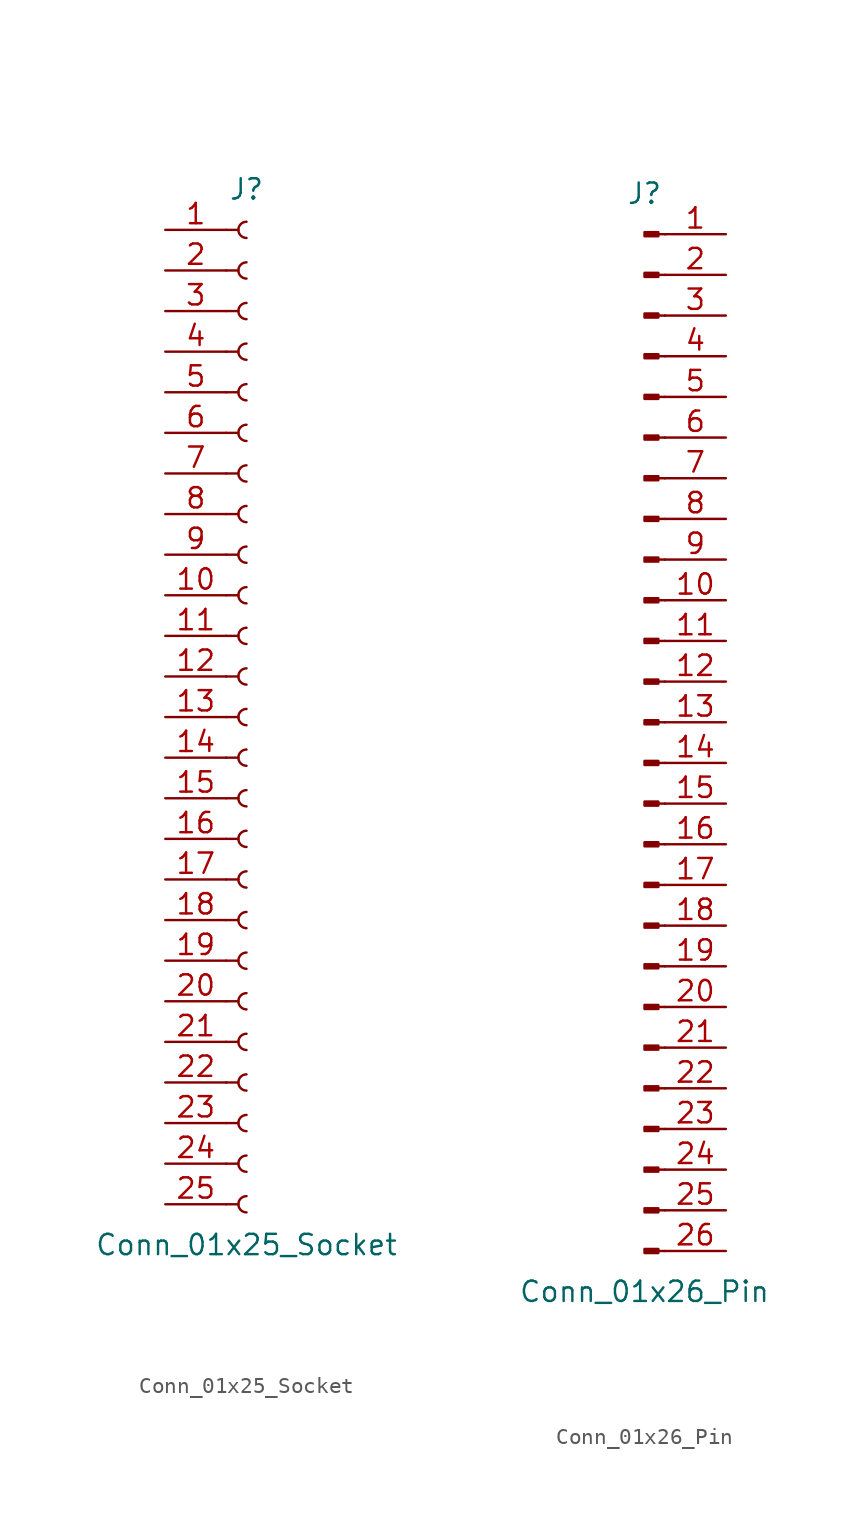
<source format=kicad_sym>
(kicad_symbol_lib
  (version 20241209)
  (generator "kicad_symbol_editor")
  (generator_version "9.0")
  (symbol "Conn_01x25_Socket"
    (pin_names
      (offset 1.016)
      (hide yes))
    (property "Reference" "J"
      (at 0 33.02 0)
      (effects (font (size 1.27 1.27))))
    (property "Value" "Conn_01x25_Socket"
      (at 0 -33.02 0)
      (effects (font (size 1.27 1.27))))
    (property "ki_locked" ""
      (at 0 0 0)
      (effects (font (size 1.27 1.27))))
    (symbol "Conn_01x25_Socket_1_1"
      (polyline (pts (xy -1.27 30.48) (xy -0.508 30.48)) (stroke (width 0.152) (type default)) (fill (type none)))
      (polyline (pts (xy -1.27 27.94) (xy -0.508 27.94)) (stroke (width 0.152) (type default)) (fill (type none)))
      (polyline (pts (xy -1.27 25.4) (xy -0.508 25.4)) (stroke (width 0.152) (type default)) (fill (type none)))
      (polyline (pts (xy -1.27 22.86) (xy -0.508 22.86)) (stroke (width 0.152) (type default)) (fill (type none)))
      (polyline (pts (xy -1.27 20.32) (xy -0.508 20.32)) (stroke (width 0.152) (type default)) (fill (type none)))
      (polyline (pts (xy -1.27 17.78) (xy -0.508 17.78)) (stroke (width 0.152) (type default)) (fill (type none)))
      (polyline (pts (xy -1.27 15.24) (xy -0.508 15.24)) (stroke (width 0.152) (type default)) (fill (type none)))
      (polyline (pts (xy -1.27 12.7) (xy -0.508 12.7)) (stroke (width 0.152) (type default)) (fill (type none)))
      (polyline (pts (xy -1.27 10.16) (xy -0.508 10.16)) (stroke (width 0.152) (type default)) (fill (type none)))
      (polyline (pts (xy -1.27 7.62) (xy -0.508 7.62)) (stroke (width 0.152) (type default)) (fill (type none)))
      (polyline (pts (xy -1.27 5.08) (xy -0.508 5.08)) (stroke (width 0.152) (type default)) (fill (type none)))
      (polyline (pts (xy -1.27 2.54) (xy -0.508 2.54)) (stroke (width 0.152) (type default)) (fill (type none)))
      (polyline (pts (xy -1.27 0) (xy -0.508 0)) (stroke (width 0.152) (type default)) (fill (type none)))
      (polyline (pts (xy -1.27 -2.54) (xy -0.508 -2.54)) (stroke (width 0.152) (type default)) (fill (type none)))
      (polyline (pts (xy -1.27 -5.08) (xy -0.508 -5.08)) (stroke (width 0.152) (type default)) (fill (type none)))
      (polyline (pts (xy -1.27 -7.62) (xy -0.508 -7.62)) (stroke (width 0.152) (type default)) (fill (type none)))
      (polyline (pts (xy -1.27 -10.16) (xy -0.508 -10.16)) (stroke (width 0.152) (type default)) (fill (type none)))
      (polyline (pts (xy -1.27 -12.7) (xy -0.508 -12.7)) (stroke (width 0.152) (type default)) (fill (type none)))
      (polyline (pts (xy -1.27 -15.24) (xy -0.508 -15.24)) (stroke (width 0.152) (type default)) (fill (type none)))
      (polyline (pts (xy -1.27 -17.78) (xy -0.508 -17.78)) (stroke (width 0.152) (type default)) (fill (type none)))
      (polyline (pts (xy -1.27 -20.32) (xy -0.508 -20.32)) (stroke (width 0.152) (type default)) (fill (type none)))
      (polyline (pts (xy -1.27 -22.86) (xy -0.508 -22.86)) (stroke (width 0.152) (type default)) (fill (type none)))
      (polyline (pts (xy -1.27 -25.4) (xy -0.508 -25.4)) (stroke (width 0.152) (type default)) (fill (type none)))
      (polyline (pts (xy -1.27 -27.94) (xy -0.508 -27.94)) (stroke (width 0.152) (type default)) (fill (type none)))
      (polyline (pts (xy -1.27 -30.48) (xy -0.508 -30.48)) (stroke (width 0.152) (type default)) (fill (type none)))
      (arc (start 0 29.972) (mid -0.5058 30.48) (end 0 30.988) (stroke (width 0.1524) (type default)) (fill (type none)))
      (arc (start 0 27.432) (mid -0.5058 27.94) (end 0 28.448) (stroke (width 0.1524) (type default)) (fill (type none)))
      (arc (start 0 24.892) (mid -0.5058 25.4) (end 0 25.908) (stroke (width 0.1524) (type default)) (fill (type none)))
      (arc (start 0 22.352) (mid -0.5058 22.86) (end 0 23.368) (stroke (width 0.1524) (type default)) (fill (type none)))
      (arc (start 0 19.812) (mid -0.5058 20.32) (end 0 20.828) (stroke (width 0.1524) (type default)) (fill (type none)))
      (arc (start 0 17.272) (mid -0.5058 17.78) (end 0 18.288) (stroke (width 0.1524) (type default)) (fill (type none)))
      (arc (start 0 14.732) (mid -0.5058 15.24) (end 0 15.748) (stroke (width 0.1524) (type default)) (fill (type none)))
      (arc (start 0 12.192) (mid -0.5058 12.7) (end 0 13.208) (stroke (width 0.1524) (type default)) (fill (type none)))
      (arc (start 0 9.652) (mid -0.5058 10.16) (end 0 10.668) (stroke (width 0.1524) (type default)) (fill (type none)))
      (arc (start 0 7.112) (mid -0.5058 7.62) (end 0 8.128) (stroke (width 0.1524) (type default)) (fill (type none)))
      (arc (start 0 4.572) (mid -0.5058 5.08) (end 0 5.588) (stroke (width 0.1524) (type default)) (fill (type none)))
      (arc (start 0 2.032) (mid -0.5058 2.54) (end 0 3.048) (stroke (width 0.1524) (type default)) (fill (type none)))
      (arc (start 0 -0.508) (mid -0.5058 0) (end 0 0.508) (stroke (width 0.1524) (type default)) (fill (type none)))
      (arc (start 0 -3.048) (mid -0.5058 -2.54) (end 0 -2.032) (stroke (width 0.1524) (type default)) (fill (type none)))
      (arc (start 0 -5.588) (mid -0.5058 -5.08) (end 0 -4.572) (stroke (width 0.1524) (type default)) (fill (type none)))
      (arc (start 0 -8.128) (mid -0.5058 -7.62) (end 0 -7.112) (stroke (width 0.1524) (type default)) (fill (type none)))
      (arc (start 0 -10.668) (mid -0.5058 -10.16) (end 0 -9.652) (stroke (width 0.1524) (type default)) (fill (type none)))
      (arc (start 0 -13.208) (mid -0.5058 -12.7) (end 0 -12.192) (stroke (width 0.1524) (type default)) (fill (type none)))
      (arc (start 0 -15.748) (mid -0.5058 -15.24) (end 0 -14.732) (stroke (width 0.1524) (type default)) (fill (type none)))
      (arc (start 0 -18.288) (mid -0.5058 -17.78) (end 0 -17.272) (stroke (width 0.1524) (type default)) (fill (type none)))
      (arc (start 0 -20.828) (mid -0.5058 -20.32) (end 0 -19.812) (stroke (width 0.1524) (type default)) (fill (type none)))
      (arc (start 0 -23.368) (mid -0.5058 -22.86) (end 0 -22.352) (stroke (width 0.1524) (type default)) (fill (type none)))
      (arc (start 0 -25.908) (mid -0.5058 -25.4) (end 0 -24.892) (stroke (width 0.1524) (type default)) (fill (type none)))
      (arc (start 0 -28.448) (mid -0.5058 -27.94) (end 0 -27.432) (stroke (width 0.1524) (type default)) (fill (type none)))
      (arc (start 0 -30.988) (mid -0.5058 -30.48) (end 0 -29.972) (stroke (width 0.1524) (type default)) (fill (type none)))
      (pin passive line (at -5.08 30.48 0) (length 3.81) (name "Pin_1" (effects (font (size 1.27 1.27)))) (number "1" (effects (font (size 1.27 1.27)))))
      (pin passive line (at -5.08 27.94 0) (length 3.81) (name "Pin_2" (effects (font (size 1.27 1.27)))) (number "2" (effects (font (size 1.27 1.27)))))
      (pin passive line (at -5.08 25.4 0) (length 3.81) (name "Pin_3" (effects (font (size 1.27 1.27)))) (number "3" (effects (font (size 1.27 1.27)))))
      (pin passive line (at -5.08 22.86 0) (length 3.81) (name "Pin_4" (effects (font (size 1.27 1.27)))) (number "4" (effects (font (size 1.27 1.27)))))
      (pin passive line (at -5.08 20.32 0) (length 3.81) (name "Pin_5" (effects (font (size 1.27 1.27)))) (number "5" (effects (font (size 1.27 1.27)))))
      (pin passive line (at -5.08 17.78 0) (length 3.81) (name "Pin_6" (effects (font (size 1.27 1.27)))) (number "6" (effects (font (size 1.27 1.27)))))
      (pin passive line (at -5.08 15.24 0) (length 3.81) (name "Pin_7" (effects (font (size 1.27 1.27)))) (number "7" (effects (font (size 1.27 1.27)))))
      (pin passive line (at -5.08 12.7 0) (length 3.81) (name "Pin_8" (effects (font (size 1.27 1.27)))) (number "8" (effects (font (size 1.27 1.27)))))
      (pin passive line (at -5.08 10.16 0) (length 3.81) (name "Pin_9" (effects (font (size 1.27 1.27)))) (number "9" (effects (font (size 1.27 1.27)))))
      (pin passive line (at -5.08 7.62 0) (length 3.81) (name "Pin_10" (effects (font (size 1.27 1.27)))) (number "10" (effects (font (size 1.27 1.27)))))
      (pin passive line (at -5.08 5.08 0) (length 3.81) (name "Pin_11" (effects (font (size 1.27 1.27)))) (number "11" (effects (font (size 1.27 1.27)))))
      (pin passive line (at -5.08 2.54 0) (length 3.81) (name "Pin_12" (effects (font (size 1.27 1.27)))) (number "12" (effects (font (size 1.27 1.27)))))
      (pin passive line (at -5.08 0 0) (length 3.81) (name "Pin_13" (effects (font (size 1.27 1.27)))) (number "13" (effects (font (size 1.27 1.27)))))
      (pin passive line (at -5.08 -2.54 0) (length 3.81) (name "Pin_14" (effects (font (size 1.27 1.27)))) (number "14" (effects (font (size 1.27 1.27)))))
      (pin passive line (at -5.08 -5.08 0) (length 3.81) (name "Pin_15" (effects (font (size 1.27 1.27)))) (number "15" (effects (font (size 1.27 1.27)))))
      (pin passive line (at -5.08 -7.62 0) (length 3.81) (name "Pin_16" (effects (font (size 1.27 1.27)))) (number "16" (effects (font (size 1.27 1.27)))))
      (pin passive line (at -5.08 -10.16 0) (length 3.81) (name "Pin_17" (effects (font (size 1.27 1.27)))) (number "17" (effects (font (size 1.27 1.27)))))
      (pin passive line (at -5.08 -12.7 0) (length 3.81) (name "Pin_18" (effects (font (size 1.27 1.27)))) (number "18" (effects (font (size 1.27 1.27)))))
      (pin passive line (at -5.08 -15.24 0) (length 3.81) (name "Pin_19" (effects (font (size 1.27 1.27)))) (number "19" (effects (font (size 1.27 1.27)))))
      (pin passive line (at -5.08 -17.78 0) (length 3.81) (name "Pin_20" (effects (font (size 1.27 1.27)))) (number "20" (effects (font (size 1.27 1.27)))))
      (pin passive line (at -5.08 -20.32 0) (length 3.81) (name "Pin_21" (effects (font (size 1.27 1.27)))) (number "21" (effects (font (size 1.27 1.27)))))
      (pin passive line (at -5.08 -22.86 0) (length 3.81) (name "Pin_22" (effects (font (size 1.27 1.27)))) (number "22" (effects (font (size 1.27 1.27)))))
      (pin passive line (at -5.08 -25.4 0) (length 3.81) (name "Pin_23" (effects (font (size 1.27 1.27)))) (number "23" (effects (font (size 1.27 1.27)))))
      (pin passive line (at -5.08 -27.94 0) (length 3.81) (name "Pin_24" (effects (font (size 1.27 1.27)))) (number "24" (effects (font (size 1.27 1.27)))))
      (pin passive line (at -5.08 -30.48 0) (length 3.81) (name "Pin_25" (effects (font (size 1.27 1.27)))) (number "25" (effects (font (size 1.27 1.27)))))))
  (symbol "Conn_01x26_Pin"
    (pin_names
      (offset 1.016)
      (hide yes))
    (property "Reference" "J"
      (at 0 33.02 0)
      (effects (font (size 1.27 1.27))))
    (property "Value" "Conn_01x26_Pin"
      (at 0 -35.56 0)
      (effects (font (size 1.27 1.27))))
    (property "ki_locked" ""
      (at 0 0 0)
      (effects (font (size 1.27 1.27))))
    (symbol "Conn_01x26_Pin_1_1"
      (rectangle (start 0.864 30.607) (end 0 30.353) (stroke (width 0.152) (type default)) (fill (type outline)))
      (rectangle (start 0.864 28.067) (end 0 27.813) (stroke (width 0.152) (type default)) (fill (type outline)))
      (rectangle (start 0.864 25.527) (end 0 25.273) (stroke (width 0.152) (type default)) (fill (type outline)))
      (rectangle (start 0.864 22.987) (end 0 22.733) (stroke (width 0.152) (type default)) (fill (type outline)))
      (rectangle (start 0.864 20.447) (end 0 20.193) (stroke (width 0.152) (type default)) (fill (type outline)))
      (rectangle (start 0.864 17.907) (end 0 17.653) (stroke (width 0.152) (type default)) (fill (type outline)))
      (rectangle (start 0.864 15.367) (end 0 15.113) (stroke (width 0.152) (type default)) (fill (type outline)))
      (rectangle (start 0.864 12.827) (end 0 12.573) (stroke (width 0.152) (type default)) (fill (type outline)))
      (rectangle (start 0.864 10.287) (end 0 10.033) (stroke (width 0.152) (type default)) (fill (type outline)))
      (rectangle (start 0.864 7.747) (end 0 7.493) (stroke (width 0.152) (type default)) (fill (type outline)))
      (rectangle (start 0.864 5.207) (end 0 4.953) (stroke (width 0.152) (type default)) (fill (type outline)))
      (rectangle (start 0.864 2.667) (end 0 2.413) (stroke (width 0.152) (type default)) (fill (type outline)))
      (rectangle (start 0.864 0.127) (end 0 -0.127) (stroke (width 0.152) (type default)) (fill (type outline)))
      (rectangle (start 0.864 -2.413) (end 0 -2.667) (stroke (width 0.152) (type default)) (fill (type outline)))
      (rectangle (start 0.864 -4.953) (end 0 -5.207) (stroke (width 0.152) (type default)) (fill (type outline)))
      (rectangle (start 0.864 -7.493) (end 0 -7.747) (stroke (width 0.152) (type default)) (fill (type outline)))
      (rectangle (start 0.864 -10.033) (end 0 -10.287) (stroke (width 0.152) (type default)) (fill (type outline)))
      (rectangle (start 0.864 -12.573) (end 0 -12.827) (stroke (width 0.152) (type default)) (fill (type outline)))
      (rectangle (start 0.864 -15.113) (end 0 -15.367) (stroke (width 0.152) (type default)) (fill (type outline)))
      (rectangle (start 0.864 -17.653) (end 0 -17.907) (stroke (width 0.152) (type default)) (fill (type outline)))
      (rectangle (start 0.864 -20.193) (end 0 -20.447) (stroke (width 0.152) (type default)) (fill (type outline)))
      (rectangle (start 0.864 -22.733) (end 0 -22.987) (stroke (width 0.152) (type default)) (fill (type outline)))
      (rectangle (start 0.864 -25.273) (end 0 -25.527) (stroke (width 0.152) (type default)) (fill (type outline)))
      (rectangle (start 0.864 -27.813) (end 0 -28.067) (stroke (width 0.152) (type default)) (fill (type outline)))
      (rectangle (start 0.864 -30.353) (end 0 -30.607) (stroke (width 0.152) (type default)) (fill (type outline)))
      (rectangle (start 0.864 -32.893) (end 0 -33.147) (stroke (width 0.152) (type default)) (fill (type outline)))
      (polyline (pts (xy 1.27 30.48) (xy 0.864 30.48)) (stroke (width 0.152) (type default)) (fill (type none)))
      (polyline (pts (xy 1.27 27.94) (xy 0.864 27.94)) (stroke (width 0.152) (type default)) (fill (type none)))
      (polyline (pts (xy 1.27 25.4) (xy 0.864 25.4)) (stroke (width 0.152) (type default)) (fill (type none)))
      (polyline (pts (xy 1.27 22.86) (xy 0.864 22.86)) (stroke (width 0.152) (type default)) (fill (type none)))
      (polyline (pts (xy 1.27 20.32) (xy 0.864 20.32)) (stroke (width 0.152) (type default)) (fill (type none)))
      (polyline (pts (xy 1.27 17.78) (xy 0.864 17.78)) (stroke (width 0.152) (type default)) (fill (type none)))
      (polyline (pts (xy 1.27 15.24) (xy 0.864 15.24)) (stroke (width 0.152) (type default)) (fill (type none)))
      (polyline (pts (xy 1.27 12.7) (xy 0.864 12.7)) (stroke (width 0.152) (type default)) (fill (type none)))
      (polyline (pts (xy 1.27 10.16) (xy 0.864 10.16)) (stroke (width 0.152) (type default)) (fill (type none)))
      (polyline (pts (xy 1.27 7.62) (xy 0.864 7.62)) (stroke (width 0.152) (type default)) (fill (type none)))
      (polyline (pts (xy 1.27 5.08) (xy 0.864 5.08)) (stroke (width 0.152) (type default)) (fill (type none)))
      (polyline (pts (xy 1.27 2.54) (xy 0.864 2.54)) (stroke (width 0.152) (type default)) (fill (type none)))
      (polyline (pts (xy 1.27 0) (xy 0.864 0)) (stroke (width 0.152) (type default)) (fill (type none)))
      (polyline (pts (xy 1.27 -2.54) (xy 0.864 -2.54)) (stroke (width 0.152) (type default)) (fill (type none)))
      (polyline (pts (xy 1.27 -5.08) (xy 0.864 -5.08)) (stroke (width 0.152) (type default)) (fill (type none)))
      (polyline (pts (xy 1.27 -7.62) (xy 0.864 -7.62)) (stroke (width 0.152) (type default)) (fill (type none)))
      (polyline (pts (xy 1.27 -10.16) (xy 0.864 -10.16)) (stroke (width 0.152) (type default)) (fill (type none)))
      (polyline (pts (xy 1.27 -12.7) (xy 0.864 -12.7)) (stroke (width 0.152) (type default)) (fill (type none)))
      (polyline (pts (xy 1.27 -15.24) (xy 0.864 -15.24)) (stroke (width 0.152) (type default)) (fill (type none)))
      (polyline (pts (xy 1.27 -17.78) (xy 0.864 -17.78)) (stroke (width 0.152) (type default)) (fill (type none)))
      (polyline (pts (xy 1.27 -20.32) (xy 0.864 -20.32)) (stroke (width 0.152) (type default)) (fill (type none)))
      (polyline (pts (xy 1.27 -22.86) (xy 0.864 -22.86)) (stroke (width 0.152) (type default)) (fill (type none)))
      (polyline (pts (xy 1.27 -25.4) (xy 0.864 -25.4)) (stroke (width 0.152) (type default)) (fill (type none)))
      (polyline (pts (xy 1.27 -27.94) (xy 0.864 -27.94)) (stroke (width 0.152) (type default)) (fill (type none)))
      (polyline (pts (xy 1.27 -30.48) (xy 0.864 -30.48)) (stroke (width 0.152) (type default)) (fill (type none)))
      (polyline (pts (xy 1.27 -33.02) (xy 0.864 -33.02)) (stroke (width 0.152) (type default)) (fill (type none)))
      (pin passive line (at 5.08 30.48 180) (length 3.81) (name "Pin_1" (effects (font (size 1.27 1.27)))) (number "1" (effects (font (size 1.27 1.27)))))
      (pin passive line (at 5.08 27.94 180) (length 3.81) (name "Pin_2" (effects (font (size 1.27 1.27)))) (number "2" (effects (font (size 1.27 1.27)))))
      (pin passive line (at 5.08 25.4 180) (length 3.81) (name "Pin_3" (effects (font (size 1.27 1.27)))) (number "3" (effects (font (size 1.27 1.27)))))
      (pin passive line (at 5.08 22.86 180) (length 3.81) (name "Pin_4" (effects (font (size 1.27 1.27)))) (number "4" (effects (font (size 1.27 1.27)))))
      (pin passive line (at 5.08 20.32 180) (length 3.81) (name "Pin_5" (effects (font (size 1.27 1.27)))) (number "5" (effects (font (size 1.27 1.27)))))
      (pin passive line (at 5.08 17.78 180) (length 3.81) (name "Pin_6" (effects (font (size 1.27 1.27)))) (number "6" (effects (font (size 1.27 1.27)))))
      (pin passive line (at 5.08 15.24 180) (length 3.81) (name "Pin_7" (effects (font (size 1.27 1.27)))) (number "7" (effects (font (size 1.27 1.27)))))
      (pin passive line (at 5.08 12.7 180) (length 3.81) (name "Pin_8" (effects (font (size 1.27 1.27)))) (number "8" (effects (font (size 1.27 1.27)))))
      (pin passive line (at 5.08 10.16 180) (length 3.81) (name "Pin_9" (effects (font (size 1.27 1.27)))) (number "9" (effects (font (size 1.27 1.27)))))
      (pin passive line (at 5.08 7.62 180) (length 3.81) (name "Pin_10" (effects (font (size 1.27 1.27)))) (number "10" (effects (font (size 1.27 1.27)))))
      (pin passive line (at 5.08 5.08 180) (length 3.81) (name "Pin_11" (effects (font (size 1.27 1.27)))) (number "11" (effects (font (size 1.27 1.27)))))
      (pin passive line (at 5.08 2.54 180) (length 3.81) (name "Pin_12" (effects (font (size 1.27 1.27)))) (number "12" (effects (font (size 1.27 1.27)))))
      (pin passive line (at 5.08 0 180) (length 3.81) (name "Pin_13" (effects (font (size 1.27 1.27)))) (number "13" (effects (font (size 1.27 1.27)))))
      (pin passive line (at 5.08 -2.54 180) (length 3.81) (name "Pin_14" (effects (font (size 1.27 1.27)))) (number "14" (effects (font (size 1.27 1.27)))))
      (pin passive line (at 5.08 -5.08 180) (length 3.81) (name "Pin_15" (effects (font (size 1.27 1.27)))) (number "15" (effects (font (size 1.27 1.27)))))
      (pin passive line (at 5.08 -7.62 180) (length 3.81) (name "Pin_16" (effects (font (size 1.27 1.27)))) (number "16" (effects (font (size 1.27 1.27)))))
      (pin passive line (at 5.08 -10.16 180) (length 3.81) (name "Pin_17" (effects (font (size 1.27 1.27)))) (number "17" (effects (font (size 1.27 1.27)))))
      (pin passive line (at 5.08 -12.7 180) (length 3.81) (name "Pin_18" (effects (font (size 1.27 1.27)))) (number "18" (effects (font (size 1.27 1.27)))))
      (pin passive line (at 5.08 -15.24 180) (length 3.81) (name "Pin_19" (effects (font (size 1.27 1.27)))) (number "19" (effects (font (size 1.27 1.27)))))
      (pin passive line (at 5.08 -17.78 180) (length 3.81) (name "Pin_20" (effects (font (size 1.27 1.27)))) (number "20" (effects (font (size 1.27 1.27)))))
      (pin passive line (at 5.08 -20.32 180) (length 3.81) (name "Pin_21" (effects (font (size 1.27 1.27)))) (number "21" (effects (font (size 1.27 1.27)))))
      (pin passive line (at 5.08 -22.86 180) (length 3.81) (name "Pin_22" (effects (font (size 1.27 1.27)))) (number "22" (effects (font (size 1.27 1.27)))))
      (pin passive line (at 5.08 -25.4 180) (length 3.81) (name "Pin_23" (effects (font (size 1.27 1.27)))) (number "23" (effects (font (size 1.27 1.27)))))
      (pin passive line (at 5.08 -27.94 180) (length 3.81) (name "Pin_24" (effects (font (size 1.27 1.27)))) (number "24" (effects (font (size 1.27 1.27)))))
      (pin passive line (at 5.08 -30.48 180) (length 3.81) (name "Pin_25" (effects (font (size 1.27 1.27)))) (number "25" (effects (font (size 1.27 1.27)))))
      (pin passive line (at 5.08 -33.02 180) (length 3.81) (name "Pin_26" (effects (font (size 1.27 1.27)))) (number "26" (effects (font (size 1.27 1.27))))))))
</source>
